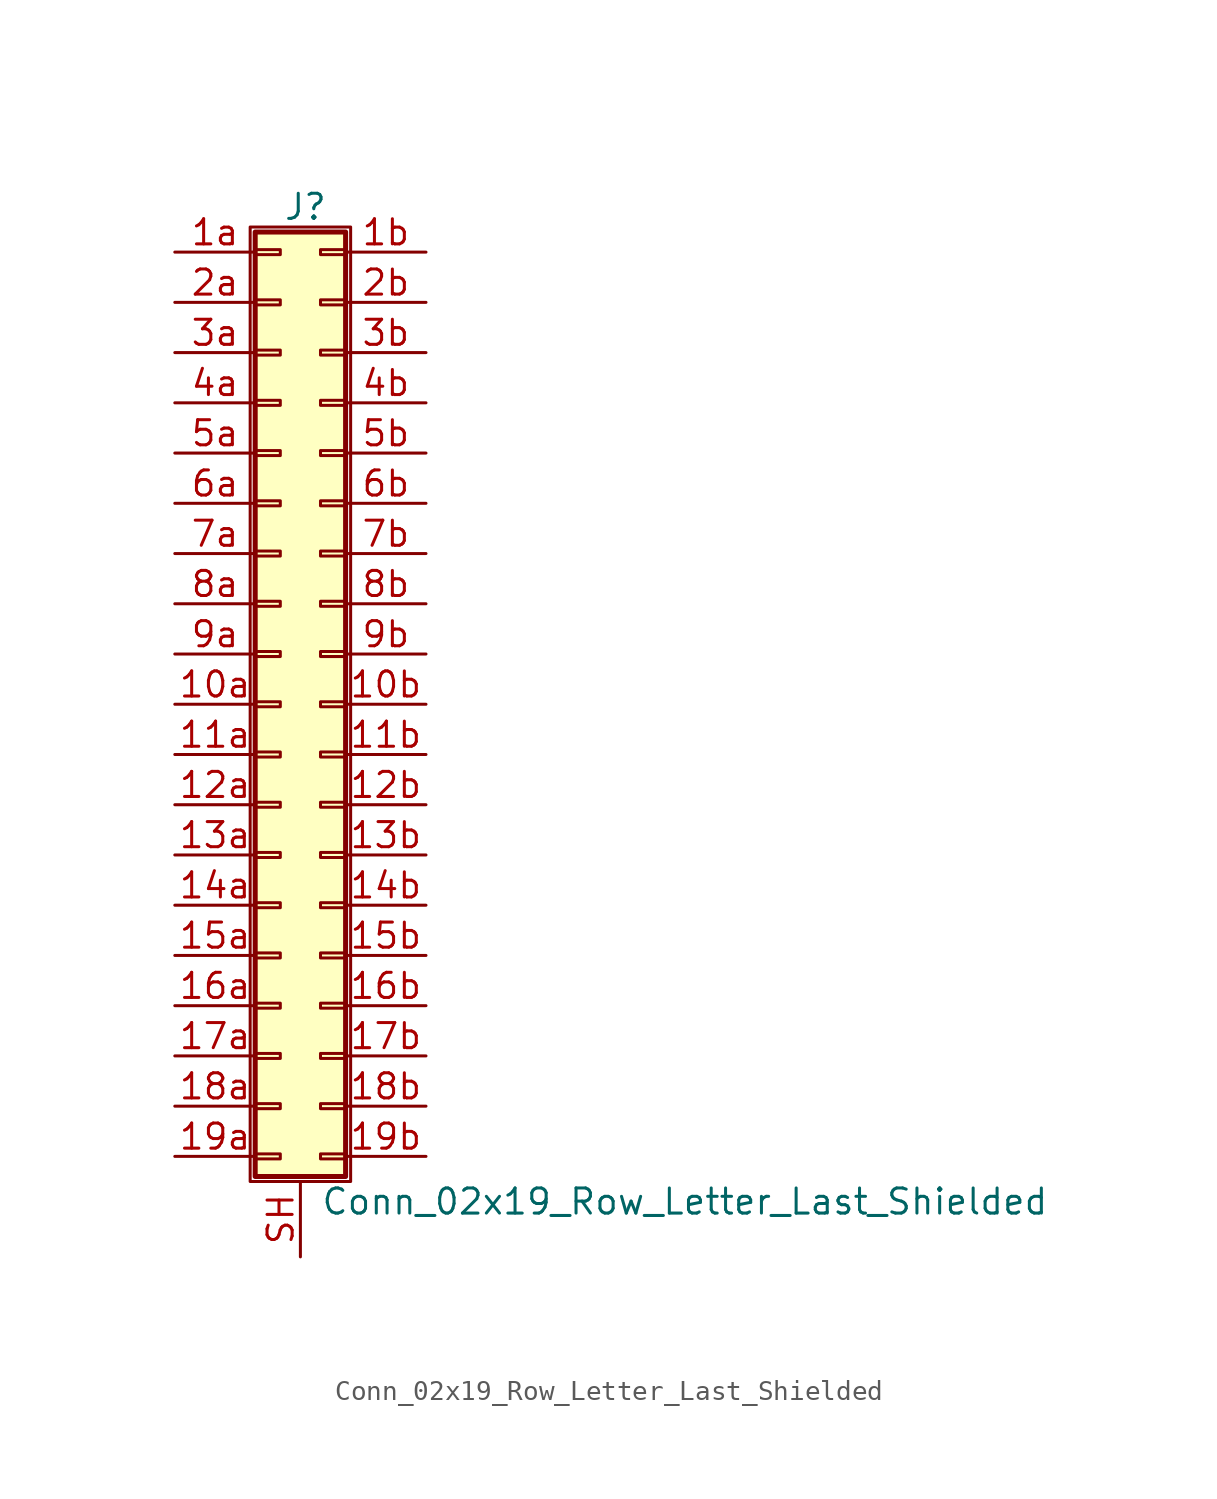
<source format=kicad_sym>
(kicad_symbol_lib
  (version 20201005)
  (generator kicad_symbol_editor)
  (symbol "Conn_02x19_Row_Letter_Last_Shielded"
    (pin_names
      (offset 1.016) hide)
    (property "Reference" "J"
      (at 1.524 25.146 0)
      (effects (font (size 1.27 1.27))))
    (property "Value" "Conn_02x19_Row_Letter_Last_Shielded"
      (at 2.286 -25.146 0)
      (effects (font (size 1.27 1.27)) (justify left)))
    (symbol "Conn_02x19_Row_Letter_Last_Shielded_1_1"
      (rectangle (start -1.27 24.13) (end 3.81 -24.13) (stroke (width 0.152)) (fill (type none)))
      (rectangle (start -1.016 -22.733) (end 0.254 -22.987) (stroke (width 0.152)) (fill (type none)))
      (rectangle (start -1.016 -20.193) (end 0.254 -20.447) (stroke (width 0.152)) (fill (type none)))
      (rectangle (start -1.016 -17.653) (end 0.254 -17.907) (stroke (width 0.152)) (fill (type none)))
      (rectangle (start -1.016 -15.113) (end 0.254 -15.367) (stroke (width 0.152)) (fill (type none)))
      (rectangle (start -1.016 -12.573) (end 0.254 -12.827) (stroke (width 0.152)) (fill (type none)))
      (rectangle (start -1.016 -10.033) (end 0.254 -10.287) (stroke (width 0.152)) (fill (type none)))
      (rectangle (start -1.016 -7.493) (end 0.254 -7.747) (stroke (width 0.152)) (fill (type none)))
      (rectangle (start -1.016 -4.953) (end 0.254 -5.207) (stroke (width 0.152)) (fill (type none)))
      (rectangle (start -1.016 -2.413) (end 0.254 -2.667) (stroke (width 0.152)) (fill (type none)))
      (rectangle (start -1.016 0.127) (end 0.254 -0.127) (stroke (width 0.152)) (fill (type none)))
      (rectangle (start -1.016 2.667) (end 0.254 2.413) (stroke (width 0.152)) (fill (type none)))
      (rectangle (start -1.016 5.207) (end 0.254 4.953) (stroke (width 0.152)) (fill (type none)))
      (rectangle (start -1.016 7.747) (end 0.254 7.493) (stroke (width 0.152)) (fill (type none)))
      (rectangle (start -1.016 10.287) (end 0.254 10.033) (stroke (width 0.152)) (fill (type none)))
      (rectangle (start -1.016 12.827) (end 0.254 12.573) (stroke (width 0.152)) (fill (type none)))
      (rectangle (start -1.016 15.367) (end 0.254 15.113) (stroke (width 0.152)) (fill (type none)))
      (rectangle (start -1.016 17.907) (end 0.254 17.653) (stroke (width 0.152)) (fill (type none)))
      (rectangle (start -1.016 20.447) (end 0.254 20.193) (stroke (width 0.152)) (fill (type none)))
      (rectangle (start -1.016 22.987) (end 0.254 22.733) (stroke (width 0.152)) (fill (type none)))
      (rectangle (start 3.556 -22.733) (end 2.286 -22.987) (stroke (width 0.152)) (fill (type none)))
      (rectangle (start 3.556 -20.193) (end 2.286 -20.447) (stroke (width 0.152)) (fill (type none)))
      (rectangle (start 3.556 -17.653) (end 2.286 -17.907) (stroke (width 0.152)) (fill (type none)))
      (rectangle (start 3.556 -15.113) (end 2.286 -15.367) (stroke (width 0.152)) (fill (type none)))
      (rectangle (start 3.556 -12.573) (end 2.286 -12.827) (stroke (width 0.152)) (fill (type none)))
      (rectangle (start 3.556 -10.033) (end 2.286 -10.287) (stroke (width 0.152)) (fill (type none)))
      (rectangle (start 3.556 -7.493) (end 2.286 -7.747) (stroke (width 0.152)) (fill (type none)))
      (rectangle (start 3.556 -4.953) (end 2.286 -5.207) (stroke (width 0.152)) (fill (type none)))
      (rectangle (start 3.556 -2.413) (end 2.286 -2.667) (stroke (width 0.152)) (fill (type none)))
      (rectangle (start 3.556 0.127) (end 2.286 -0.127) (stroke (width 0.152)) (fill (type none)))
      (rectangle (start 3.556 2.667) (end 2.286 2.413) (stroke (width 0.152)) (fill (type none)))
      (rectangle (start 3.556 5.207) (end 2.286 4.953) (stroke (width 0.152)) (fill (type none)))
      (rectangle (start 3.556 7.747) (end 2.286 7.493) (stroke (width 0.152)) (fill (type none)))
      (rectangle (start 3.556 10.287) (end 2.286 10.033) (stroke (width 0.152)) (fill (type none)))
      (rectangle (start 3.556 12.827) (end 2.286 12.573) (stroke (width 0.152)) (fill (type none)))
      (rectangle (start 3.556 15.367) (end 2.286 15.113) (stroke (width 0.152)) (fill (type none)))
      (rectangle (start 3.556 17.907) (end 2.286 17.653) (stroke (width 0.152)) (fill (type none)))
      (rectangle (start 3.556 20.447) (end 2.286 20.193) (stroke (width 0.152)) (fill (type none)))
      (rectangle (start 3.556 22.987) (end 2.286 22.733) (stroke (width 0.152)) (fill (type none)))
      (rectangle (start -1.016 23.876) (end 3.556 -23.876) (stroke (width 0.254)) (fill (type background)))
      (pin passive line (at -5.08 0 0) (length 4.064) (name "Pin_10a" (effects (font (size 1.27 1.27)))) (number "10a" (effects (font (size 1.27 1.27)))))
      (pin passive line (at 7.62 0 180) (length 4.064) (name "Pin_10b" (effects (font (size 1.27 1.27)))) (number "10b" (effects (font (size 1.27 1.27)))))
      (pin passive line (at -5.08 -2.54 0) (length 4.064) (name "Pin_11a" (effects (font (size 1.27 1.27)))) (number "11a" (effects (font (size 1.27 1.27)))))
      (pin passive line (at 7.62 -2.54 180) (length 4.064) (name "Pin_11b" (effects (font (size 1.27 1.27)))) (number "11b" (effects (font (size 1.27 1.27)))))
      (pin passive line (at -5.08 -5.08 0) (length 4.064) (name "Pin_12a" (effects (font (size 1.27 1.27)))) (number "12a" (effects (font (size 1.27 1.27)))))
      (pin passive line (at 7.62 -5.08 180) (length 4.064) (name "Pin_12b" (effects (font (size 1.27 1.27)))) (number "12b" (effects (font (size 1.27 1.27)))))
      (pin passive line (at -5.08 -7.62 0) (length 4.064) (name "Pin_13a" (effects (font (size 1.27 1.27)))) (number "13a" (effects (font (size 1.27 1.27)))))
      (pin passive line (at 7.62 -7.62 180) (length 4.064) (name "Pin_13b" (effects (font (size 1.27 1.27)))) (number "13b" (effects (font (size 1.27 1.27)))))
      (pin passive line (at -5.08 -10.16 0) (length 4.064) (name "Pin_14a" (effects (font (size 1.27 1.27)))) (number "14a" (effects (font (size 1.27 1.27)))))
      (pin passive line (at 7.62 -10.16 180) (length 4.064) (name "Pin_14b" (effects (font (size 1.27 1.27)))) (number "14b" (effects (font (size 1.27 1.27)))))
      (pin passive line (at -5.08 -12.7 0) (length 4.064) (name "Pin_15a" (effects (font (size 1.27 1.27)))) (number "15a" (effects (font (size 1.27 1.27)))))
      (pin passive line (at 7.62 -12.7 180) (length 4.064) (name "Pin_15b" (effects (font (size 1.27 1.27)))) (number "15b" (effects (font (size 1.27 1.27)))))
      (pin passive line (at -5.08 -15.24 0) (length 4.064) (name "Pin_16a" (effects (font (size 1.27 1.27)))) (number "16a" (effects (font (size 1.27 1.27)))))
      (pin passive line (at 7.62 -15.24 180) (length 4.064) (name "Pin_16b" (effects (font (size 1.27 1.27)))) (number "16b" (effects (font (size 1.27 1.27)))))
      (pin passive line (at -5.08 -17.78 0) (length 4.064) (name "Pin_17a" (effects (font (size 1.27 1.27)))) (number "17a" (effects (font (size 1.27 1.27)))))
      (pin passive line (at 7.62 -17.78 180) (length 4.064) (name "Pin_17b" (effects (font (size 1.27 1.27)))) (number "17b" (effects (font (size 1.27 1.27)))))
      (pin passive line (at -5.08 -20.32 0) (length 4.064) (name "Pin_18a" (effects (font (size 1.27 1.27)))) (number "18a" (effects (font (size 1.27 1.27)))))
      (pin passive line (at 7.62 -20.32 180) (length 4.064) (name "Pin_18b" (effects (font (size 1.27 1.27)))) (number "18b" (effects (font (size 1.27 1.27)))))
      (pin passive line (at -5.08 -22.86 0) (length 4.064) (name "Pin_19a" (effects (font (size 1.27 1.27)))) (number "19a" (effects (font (size 1.27 1.27)))))
      (pin passive line (at 7.62 -22.86 180) (length 4.064) (name "Pin_19b" (effects (font (size 1.27 1.27)))) (number "19b" (effects (font (size 1.27 1.27)))))
      (pin passive line (at -5.08 22.86 0) (length 4.064) (name "Pin_1a" (effects (font (size 1.27 1.27)))) (number "1a" (effects (font (size 1.27 1.27)))))
      (pin passive line (at 7.62 22.86 180) (length 4.064) (name "Pin_1b" (effects (font (size 1.27 1.27)))) (number "1b" (effects (font (size 1.27 1.27)))))
      (pin passive line (at -5.08 20.32 0) (length 4.064) (name "Pin_2a" (effects (font (size 1.27 1.27)))) (number "2a" (effects (font (size 1.27 1.27)))))
      (pin passive line (at 7.62 20.32 180) (length 4.064) (name "Pin_2b" (effects (font (size 1.27 1.27)))) (number "2b" (effects (font (size 1.27 1.27)))))
      (pin passive line (at -5.08 17.78 0) (length 4.064) (name "Pin_3a" (effects (font (size 1.27 1.27)))) (number "3a" (effects (font (size 1.27 1.27)))))
      (pin passive line (at 7.62 17.78 180) (length 4.064) (name "Pin_3b" (effects (font (size 1.27 1.27)))) (number "3b" (effects (font (size 1.27 1.27)))))
      (pin passive line (at -5.08 15.24 0) (length 4.064) (name "Pin_4a" (effects (font (size 1.27 1.27)))) (number "4a" (effects (font (size 1.27 1.27)))))
      (pin passive line (at 7.62 15.24 180) (length 4.064) (name "Pin_4b" (effects (font (size 1.27 1.27)))) (number "4b" (effects (font (size 1.27 1.27)))))
      (pin passive line (at -5.08 12.7 0) (length 4.064) (name "Pin_5a" (effects (font (size 1.27 1.27)))) (number "5a" (effects (font (size 1.27 1.27)))))
      (pin passive line (at 7.62 12.7 180) (length 4.064) (name "Pin_5b" (effects (font (size 1.27 1.27)))) (number "5b" (effects (font (size 1.27 1.27)))))
      (pin passive line (at -5.08 10.16 0) (length 4.064) (name "Pin_6a" (effects (font (size 1.27 1.27)))) (number "6a" (effects (font (size 1.27 1.27)))))
      (pin passive line (at 7.62 10.16 180) (length 4.064) (name "Pin_6b" (effects (font (size 1.27 1.27)))) (number "6b" (effects (font (size 1.27 1.27)))))
      (pin passive line (at -5.08 7.62 0) (length 4.064) (name "Pin_7a" (effects (font (size 1.27 1.27)))) (number "7a" (effects (font (size 1.27 1.27)))))
      (pin passive line (at 7.62 7.62 180) (length 4.064) (name "Pin_7b" (effects (font (size 1.27 1.27)))) (number "7b" (effects (font (size 1.27 1.27)))))
      (pin passive line (at -5.08 5.08 0) (length 4.064) (name "Pin_8a" (effects (font (size 1.27 1.27)))) (number "8a" (effects (font (size 1.27 1.27)))))
      (pin passive line (at 7.62 5.08 180) (length 4.064) (name "Pin_8b" (effects (font (size 1.27 1.27)))) (number "8b" (effects (font (size 1.27 1.27)))))
      (pin passive line (at -5.08 2.54 0) (length 4.064) (name "Pin_9a" (effects (font (size 1.27 1.27)))) (number "9a" (effects (font (size 1.27 1.27)))))
      (pin passive line (at 7.62 2.54 180) (length 4.064) (name "Pin_9b" (effects (font (size 1.27 1.27)))) (number "9b" (effects (font (size 1.27 1.27)))))
      (pin passive line (at 1.27 -27.94 90) (length 3.81) (name "Shield" (effects (font (size 1.27 1.27)))) (number "SH" (effects (font (size 1.27 1.27))))))))
</source>
